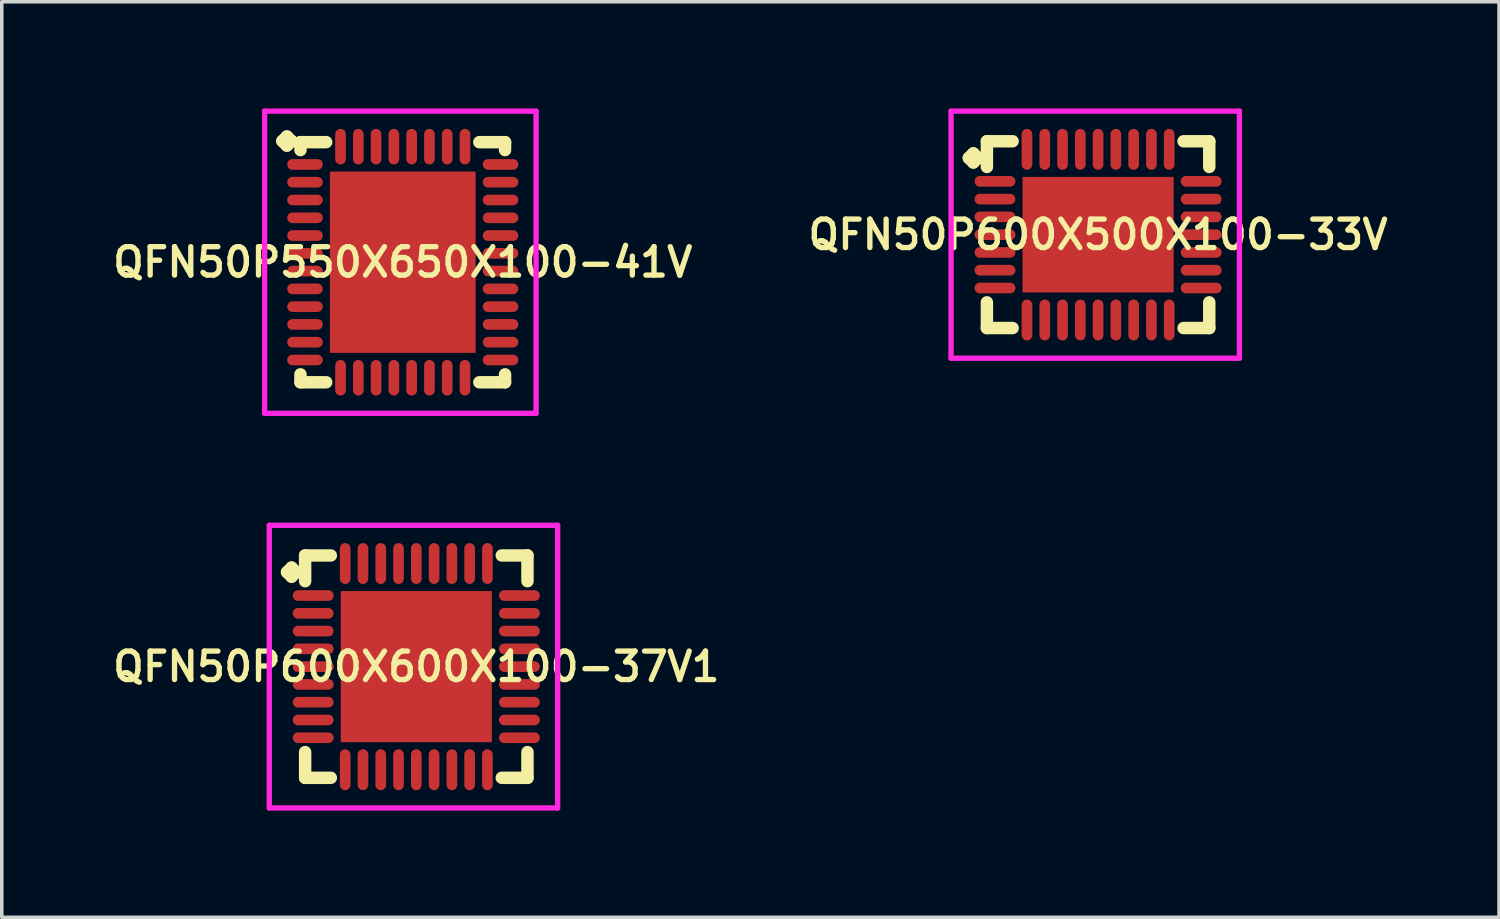
<source format=kicad_pcb>
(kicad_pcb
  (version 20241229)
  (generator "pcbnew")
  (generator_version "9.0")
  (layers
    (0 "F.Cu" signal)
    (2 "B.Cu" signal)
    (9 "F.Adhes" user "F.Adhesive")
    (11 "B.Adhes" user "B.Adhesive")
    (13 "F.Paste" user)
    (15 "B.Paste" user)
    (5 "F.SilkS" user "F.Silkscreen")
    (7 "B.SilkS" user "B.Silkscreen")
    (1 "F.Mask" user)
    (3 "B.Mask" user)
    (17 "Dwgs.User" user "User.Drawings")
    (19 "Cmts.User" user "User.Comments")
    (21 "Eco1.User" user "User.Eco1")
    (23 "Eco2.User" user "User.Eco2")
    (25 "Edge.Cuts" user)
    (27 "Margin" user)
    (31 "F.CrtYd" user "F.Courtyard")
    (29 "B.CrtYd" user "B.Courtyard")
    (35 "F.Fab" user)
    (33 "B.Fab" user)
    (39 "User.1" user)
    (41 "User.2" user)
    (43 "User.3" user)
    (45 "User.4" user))
  (footprint "QFN50P550X650X100-41V"
    (layer "F.Cu")
    (at 8.278 4.325)
    (property "Reference" "QFN50P550X650X100-41V" (at 0 0 0) (layer "F.SilkS") (effects (font (size 0.8 0.8) (thickness 0.15))))
    (attr through_hole)
    (fp_line (start -3.385 -3.408) (end -3.258 -3.535) (stroke (width 0.35) (type solid)) (layer "F.SilkS"))
    (fp_line (start -3.258 -3.535) (end -3.131 -3.408) (stroke (width 0.35) (type solid)) (layer "F.SilkS"))
    (fp_line (start -3.258 -3.281) (end -3.385 -3.408) (stroke (width 0.35) (type solid)) (layer "F.SilkS"))
    (fp_line (start -3.131 -3.408) (end -3.258 -3.281) (stroke (width 0.35) (type solid)) (layer "F.SilkS"))
    (fp_line (start -2.877 -3.377) (end -2.154 -3.377) (stroke (width 0.35) (type solid)) (layer "F.SilkS"))
    (fp_line (start -2.877 -3.154) (end -2.877 -3.377) (stroke (width 0.35) (type solid)) (layer "F.SilkS"))
    (fp_line (start -2.877 3.154) (end -2.877 3.377) (stroke (width 0.35) (type solid)) (layer "F.SilkS"))
    (fp_line (start -2.877 3.377) (end -2.154 3.377) (stroke (width 0.35) (type solid)) (layer "F.SilkS"))
    (fp_line (start 2.154 -3.377) (end 2.877 -3.377) (stroke (width 0.35) (type solid)) (layer "F.SilkS"))
    (fp_line (start 2.154 3.377) (end 2.877 3.377) (stroke (width 0.35) (type solid)) (layer "F.SilkS"))
    (fp_line (start 2.877 -3.377) (end 2.877 -3.154) (stroke (width 0.35) (type solid)) (layer "F.SilkS"))
    (fp_line (start 2.877 3.377) (end 2.877 3.154) (stroke (width 0.35) (type solid)) (layer "F.SilkS"))
    (fp_line (start -3.885 -4.25) (end 3.75 -4.25) (stroke (width 0.15) (type solid)) (layer "F.CrtYd"))
    (fp_line (start -3.885 4.25) (end -3.885 -4.25) (stroke (width 0.15) (type solid)) (layer "F.CrtYd"))
    (fp_line (start 3.75 -4.25) (end 3.75 4.25) (stroke (width 0.15) (type solid)) (layer "F.CrtYd"))
    (fp_line (start 3.75 4.25) (end -3.885 4.25) (stroke (width 0.15) (type solid)) (layer "F.CrtYd"))
    (pad "1" smd oval (at -2.75 -2.75) (size 1 0.3) (layers "F.Cu" "F.Mask" "F.Paste"))
    (pad "2" smd oval (at -2.75 -2.25) (size 1 0.3) (layers "F.Cu" "F.Mask" "F.Paste"))
    (pad "3" smd oval (at -2.75 -1.75) (size 1 0.3) (layers "F.Cu" "F.Mask" "F.Paste"))
    (pad "4" smd oval (at -2.75 -1.25) (size 1 0.3) (layers "F.Cu" "F.Mask" "F.Paste"))
    (pad "5" smd oval (at -2.75 -0.75) (size 1 0.3) (layers "F.Cu" "F.Mask" "F.Paste"))
    (pad "6" smd oval (at -2.75 -0.25) (size 1 0.3) (layers "F.Cu" "F.Mask" "F.Paste"))
    (pad "7" smd oval (at -2.75 0.25) (size 1 0.3) (layers "F.Cu" "F.Mask" "F.Paste"))
    (pad "8" smd oval (at -2.75 0.75) (size 1 0.3) (layers "F.Cu" "F.Mask" "F.Paste"))
    (pad "9" smd oval (at -2.75 1.25) (size 1 0.3) (layers "F.Cu" "F.Mask" "F.Paste"))
    (pad "10" smd oval (at -2.75 1.75) (size 1 0.3) (layers "F.Cu" "F.Mask" "F.Paste"))
    (pad "11" smd oval (at -2.75 2.25) (size 1 0.3) (layers "F.Cu" "F.Mask" "F.Paste"))
    (pad "12" smd oval (at -2.75 2.75) (size 1 0.3) (layers "F.Cu" "F.Mask" "F.Paste"))
    (pad "13" smd oval (at -1.75 3.25) (size 0.3 1) (layers "F.Cu" "F.Mask" "F.Paste"))
    (pad "14" smd oval (at -1.25 3.25) (size 0.3 1) (layers "F.Cu" "F.Mask" "F.Paste"))
    (pad "15" smd oval (at -0.75 3.25) (size 0.3 1) (layers "F.Cu" "F.Mask" "F.Paste"))
    (pad "16" smd oval (at -0.25 3.25) (size 0.3 1) (layers "F.Cu" "F.Mask" "F.Paste"))
    (pad "17" smd oval (at 0.25 3.25) (size 0.3 1) (layers "F.Cu" "F.Mask" "F.Paste"))
    (pad "18" smd oval (at 0.75 3.25) (size 0.3 1) (layers "F.Cu" "F.Mask" "F.Paste"))
    (pad "19" smd oval (at 1.25 3.25) (size 0.3 1) (layers "F.Cu" "F.Mask" "F.Paste"))
    (pad "20" smd oval (at 1.75 3.25) (size 0.3 1) (layers "F.Cu" "F.Mask" "F.Paste"))
    (pad "21" smd oval (at 2.75 2.75) (size 1 0.3) (layers "F.Cu" "F.Mask" "F.Paste"))
    (pad "22" smd oval (at 2.75 2.25) (size 1 0.3) (layers "F.Cu" "F.Mask" "F.Paste"))
    (pad "23" smd oval (at 2.75 1.75) (size 1 0.3) (layers "F.Cu" "F.Mask" "F.Paste"))
    (pad "24" smd oval (at 2.75 1.25) (size 1 0.3) (layers "F.Cu" "F.Mask" "F.Paste"))
    (pad "25" smd oval (at 2.75 0.75) (size 1 0.3) (layers "F.Cu" "F.Mask" "F.Paste"))
    (pad "26" smd oval (at 2.75 0.25) (size 1 0.3) (layers "F.Cu" "F.Mask" "F.Paste"))
    (pad "27" smd oval (at 2.75 -0.25) (size 1 0.3) (layers "F.Cu" "F.Mask" "F.Paste"))
    (pad "28" smd oval (at 2.75 -0.75) (size 1 0.3) (layers "F.Cu" "F.Mask" "F.Paste"))
    (pad "29" smd oval (at 2.75 -1.25) (size 1 0.3) (layers "F.Cu" "F.Mask" "F.Paste"))
    (pad "30" smd oval (at 2.75 -1.75) (size 1 0.3) (layers "F.Cu" "F.Mask" "F.Paste"))
    (pad "31" smd oval (at 2.75 -2.25) (size 1 0.3) (layers "F.Cu" "F.Mask" "F.Paste"))
    (pad "32" smd oval (at 2.75 -2.75) (size 1 0.3) (layers "F.Cu" "F.Mask" "F.Paste"))
    (pad "33" smd oval (at 1.75 -3.25) (size 0.3 1) (layers "F.Cu" "F.Mask" "F.Paste"))
    (pad "34" smd oval (at 1.25 -3.25) (size 0.3 1) (layers "F.Cu" "F.Mask" "F.Paste"))
    (pad "35" smd oval (at 0.75 -3.25) (size 0.3 1) (layers "F.Cu" "F.Mask" "F.Paste"))
    (pad "36" smd oval (at 0.25 -3.25) (size 0.3 1) (layers "F.Cu" "F.Mask" "F.Paste"))
    (pad "37" smd oval (at -0.25 -3.25) (size 0.3 1) (layers "F.Cu" "F.Mask" "F.Paste"))
    (pad "38" smd oval (at -0.75 -3.25) (size 0.3 1) (layers "F.Cu" "F.Mask" "F.Paste"))
    (pad "39" smd oval (at -1.25 -3.25) (size 0.3 1) (layers "F.Cu" "F.Mask" "F.Paste"))
    (pad "40" smd oval (at -1.75 -3.25) (size 0.3 1) (layers "F.Cu" "F.Mask" "F.Paste"))
    (pad "41" smd rect (at 0 0) (size 4.1 5.1) (layers "F.Cu" "F.Mask" "F.Paste")))
  (footprint "QFN50P600X600X100-37V1"
    (layer "F.Cu")
    (at 8.659 15.7)
    (property "Reference" "QFN50P600X600X100-37V1" (at 0 0 0) (layer "F.SilkS") (effects (font (size 0.8 0.8) (thickness 0.15))))
    (attr through_hole)
    (fp_line (start -3.635 -2.658) (end -3.508 -2.785) (stroke (width 0.35) (type solid)) (layer "F.SilkS"))
    (fp_line (start -3.508 -2.785) (end -3.381 -2.658) (stroke (width 0.35) (type solid)) (layer "F.SilkS"))
    (fp_line (start -3.508 -2.531) (end -3.635 -2.658) (stroke (width 0.35) (type solid)) (layer "F.SilkS"))
    (fp_line (start -3.381 -2.658) (end -3.508 -2.531) (stroke (width 0.35) (type solid)) (layer "F.SilkS"))
    (fp_line (start -3.127 -3.127) (end -2.404 -3.127) (stroke (width 0.35) (type solid)) (layer "F.SilkS"))
    (fp_line (start -3.127 -2.404) (end -3.127 -3.127) (stroke (width 0.35) (type solid)) (layer "F.SilkS"))
    (fp_line (start -3.127 2.404) (end -3.127 3.127) (stroke (width 0.35) (type solid)) (layer "F.SilkS"))
    (fp_line (start -3.127 3.127) (end -2.404 3.127) (stroke (width 0.35) (type solid)) (layer "F.SilkS"))
    (fp_line (start 2.404 -3.127) (end 3.127 -3.127) (stroke (width 0.35) (type solid)) (layer "F.SilkS"))
    (fp_line (start 2.404 3.127) (end 3.127 3.127) (stroke (width 0.35) (type solid)) (layer "F.SilkS"))
    (fp_line (start 3.127 -3.127) (end 3.127 -2.404) (stroke (width 0.35) (type solid)) (layer "F.SilkS"))
    (fp_line (start 3.127 3.127) (end 3.127 2.404) (stroke (width 0.35) (type solid)) (layer "F.SilkS"))
    (fp_line (start -4.135 -3.975) (end 3.975 -3.975) (stroke (width 0.15) (type solid)) (layer "F.CrtYd"))
    (fp_line (start -4.135 3.975) (end -4.135 -3.975) (stroke (width 0.15) (type solid)) (layer "F.CrtYd"))
    (fp_line (start 3.975 -3.975) (end 3.975 3.975) (stroke (width 0.15) (type solid)) (layer "F.CrtYd"))
    (fp_line (start 3.975 3.975) (end -4.135 3.975) (stroke (width 0.15) (type solid)) (layer "F.CrtYd"))
    (pad "1" smd oval (at -2.9 -2) (size 1.15 0.3) (layers "F.Cu" "F.Mask" "F.Paste"))
    (pad "2" smd oval (at -2.9 -1.5) (size 1.15 0.3) (layers "F.Cu" "F.Mask" "F.Paste"))
    (pad "3" smd oval (at -2.9 -1) (size 1.15 0.3) (layers "F.Cu" "F.Mask" "F.Paste"))
    (pad "4" smd oval (at -2.9 -0.5) (size 1.15 0.3) (layers "F.Cu" "F.Mask" "F.Paste"))
    (pad "5" smd oval (at -2.9 0) (size 1.15 0.3) (layers "F.Cu" "F.Mask" "F.Paste"))
    (pad "6" smd oval (at -2.9 0.5) (size 1.15 0.3) (layers "F.Cu" "F.Mask" "F.Paste"))
    (pad "7" smd oval (at -2.9 1) (size 1.15 0.3) (layers "F.Cu" "F.Mask" "F.Paste"))
    (pad "8" smd oval (at -2.9 1.5) (size 1.15 0.3) (layers "F.Cu" "F.Mask" "F.Paste"))
    (pad "9" smd oval (at -2.9 2) (size 1.15 0.3) (layers "F.Cu" "F.Mask" "F.Paste"))
    (pad "10" smd oval (at -2 2.9) (size 0.3 1.15) (layers "F.Cu" "F.Mask" "F.Paste"))
    (pad "11" smd oval (at -1.5 2.9) (size 0.3 1.15) (layers "F.Cu" "F.Mask" "F.Paste"))
    (pad "12" smd oval (at -1 2.9) (size 0.3 1.15) (layers "F.Cu" "F.Mask" "F.Paste"))
    (pad "13" smd oval (at -0.5 2.9) (size 0.3 1.15) (layers "F.Cu" "F.Mask" "F.Paste"))
    (pad "14" smd oval (at 0 2.9) (size 0.3 1.15) (layers "F.Cu" "F.Mask" "F.Paste"))
    (pad "15" smd oval (at 0.5 2.9) (size 0.3 1.15) (layers "F.Cu" "F.Mask" "F.Paste"))
    (pad "16" smd oval (at 1 2.9) (size 0.3 1.15) (layers "F.Cu" "F.Mask" "F.Paste"))
    (pad "17" smd oval (at 1.5 2.9) (size 0.3 1.15) (layers "F.Cu" "F.Mask" "F.Paste"))
    (pad "18" smd oval (at 2 2.9) (size 0.3 1.15) (layers "F.Cu" "F.Mask" "F.Paste"))
    (pad "19" smd oval (at 2.9 2) (size 1.15 0.3) (layers "F.Cu" "F.Mask" "F.Paste"))
    (pad "20" smd oval (at 2.9 1.5) (size 1.15 0.3) (layers "F.Cu" "F.Mask" "F.Paste"))
    (pad "21" smd oval (at 2.9 1) (size 1.15 0.3) (layers "F.Cu" "F.Mask" "F.Paste"))
    (pad "22" smd oval (at 2.9 0.5) (size 1.15 0.3) (layers "F.Cu" "F.Mask" "F.Paste"))
    (pad "23" smd oval (at 2.9 0) (size 1.15 0.3) (layers "F.Cu" "F.Mask" "F.Paste"))
    (pad "24" smd oval (at 2.9 -0.5) (size 1.15 0.3) (layers "F.Cu" "F.Mask" "F.Paste"))
    (pad "25" smd oval (at 2.9 -1) (size 1.15 0.3) (layers "F.Cu" "F.Mask" "F.Paste"))
    (pad "26" smd oval (at 2.9 -1.5) (size 1.15 0.3) (layers "F.Cu" "F.Mask" "F.Paste"))
    (pad "27" smd oval (at 2.9 -2) (size 1.15 0.3) (layers "F.Cu" "F.Mask" "F.Paste"))
    (pad "28" smd oval (at 2 -2.9) (size 0.3 1.15) (layers "F.Cu" "F.Mask" "F.Paste"))
    (pad "29" smd oval (at 1.5 -2.9) (size 0.3 1.15) (layers "F.Cu" "F.Mask" "F.Paste"))
    (pad "30" smd oval (at 1 -2.9) (size 0.3 1.15) (layers "F.Cu" "F.Mask" "F.Paste"))
    (pad "31" smd oval (at 0.5 -2.9) (size 0.3 1.15) (layers "F.Cu" "F.Mask" "F.Paste"))
    (pad "32" smd oval (at 0 -2.9) (size 0.3 1.15) (layers "F.Cu" "F.Mask" "F.Paste"))
    (pad "33" smd oval (at -0.5 -2.9) (size 0.3 1.15) (layers "F.Cu" "F.Mask" "F.Paste"))
    (pad "34" smd oval (at -1 -2.9) (size 0.3 1.15) (layers "F.Cu" "F.Mask" "F.Paste"))
    (pad "35" smd oval (at -1.5 -2.9) (size 0.3 1.15) (layers "F.Cu" "F.Mask" "F.Paste"))
    (pad "36" smd oval (at -2 -2.9) (size 0.3 1.15) (layers "F.Cu" "F.Mask" "F.Paste"))
    (pad "37" smd rect (at 0 0) (size 4.25 4.25) (layers "F.Cu" "F.Mask" "F.Paste")))
  (footprint "QFN50P600X500X100-33V"
    (layer "F.Cu")
    (at 27.835 3.55)
    (property "Reference" "QFN50P600X500X100-33V" (at 0 0 0) (layer "F.SilkS") (effects (font (size 0.8 0.8) (thickness 0.15))))
    (attr through_hole)
    (fp_line (start -3.635 -2.158) (end -3.508 -2.285) (stroke (width 0.35) (type solid)) (layer "F.SilkS"))
    (fp_line (start -3.508 -2.285) (end -3.381 -2.158) (stroke (width 0.35) (type solid)) (layer "F.SilkS"))
    (fp_line (start -3.508 -2.031) (end -3.635 -2.158) (stroke (width 0.35) (type solid)) (layer "F.SilkS"))
    (fp_line (start -3.381 -2.158) (end -3.508 -2.031) (stroke (width 0.35) (type solid)) (layer "F.SilkS"))
    (fp_line (start -3.127 -2.627) (end -2.404 -2.627) (stroke (width 0.35) (type solid)) (layer "F.SilkS"))
    (fp_line (start -3.127 -1.904) (end -3.127 -2.627) (stroke (width 0.35) (type solid)) (layer "F.SilkS"))
    (fp_line (start -3.127 1.904) (end -3.127 2.627) (stroke (width 0.35) (type solid)) (layer "F.SilkS"))
    (fp_line (start -3.127 2.627) (end -2.404 2.627) (stroke (width 0.35) (type solid)) (layer "F.SilkS"))
    (fp_line (start 2.404 -2.627) (end 3.127 -2.627) (stroke (width 0.35) (type solid)) (layer "F.SilkS"))
    (fp_line (start 2.404 2.627) (end 3.127 2.627) (stroke (width 0.35) (type solid)) (layer "F.SilkS"))
    (fp_line (start 3.127 -2.627) (end 3.127 -1.904) (stroke (width 0.35) (type solid)) (layer "F.SilkS"))
    (fp_line (start 3.127 2.627) (end 3.127 1.904) (stroke (width 0.35) (type solid)) (layer "F.SilkS"))
    (fp_line (start -4.135 -3.475) (end 3.975 -3.475) (stroke (width 0.15) (type solid)) (layer "F.CrtYd"))
    (fp_line (start -4.135 3.475) (end -4.135 -3.475) (stroke (width 0.15) (type solid)) (layer "F.CrtYd"))
    (fp_line (start 3.975 -3.475) (end 3.975 3.475) (stroke (width 0.15) (type solid)) (layer "F.CrtYd"))
    (fp_line (start 3.975 3.475) (end -4.135 3.475) (stroke (width 0.15) (type solid)) (layer "F.CrtYd"))
    (pad "1" smd oval (at -2.9 -1.5) (size 1.15 0.3) (layers "F.Cu" "F.Mask" "F.Paste"))
    (pad "2" smd oval (at -2.9 -1) (size 1.15 0.3) (layers "F.Cu" "F.Mask" "F.Paste"))
    (pad "3" smd oval (at -2.9 -0.5) (size 1.15 0.3) (layers "F.Cu" "F.Mask" "F.Paste"))
    (pad "4" smd oval (at -2.9 0) (size 1.15 0.3) (layers "F.Cu" "F.Mask" "F.Paste"))
    (pad "5" smd oval (at -2.9 0.5) (size 1.15 0.3) (layers "F.Cu" "F.Mask" "F.Paste"))
    (pad "6" smd oval (at -2.9 1) (size 1.15 0.3) (layers "F.Cu" "F.Mask" "F.Paste"))
    (pad "7" smd oval (at -2.9 1.5) (size 1.15 0.3) (layers "F.Cu" "F.Mask" "F.Paste"))
    (pad "8" smd oval (at -2 2.4) (size 0.3 1.15) (layers "F.Cu" "F.Mask" "F.Paste"))
    (pad "9" smd oval (at -1.5 2.4) (size 0.3 1.15) (layers "F.Cu" "F.Mask" "F.Paste"))
    (pad "10" smd oval (at -1 2.4) (size 0.3 1.15) (layers "F.Cu" "F.Mask" "F.Paste"))
    (pad "11" smd oval (at -0.5 2.4) (size 0.3 1.15) (layers "F.Cu" "F.Mask" "F.Paste"))
    (pad "12" smd oval (at 0 2.4) (size 0.3 1.15) (layers "F.Cu" "F.Mask" "F.Paste"))
    (pad "13" smd oval (at 0.5 2.4) (size 0.3 1.15) (layers "F.Cu" "F.Mask" "F.Paste"))
    (pad "14" smd oval (at 1 2.4) (size 0.3 1.15) (layers "F.Cu" "F.Mask" "F.Paste"))
    (pad "15" smd oval (at 1.5 2.4) (size 0.3 1.15) (layers "F.Cu" "F.Mask" "F.Paste"))
    (pad "16" smd oval (at 2 2.4) (size 0.3 1.15) (layers "F.Cu" "F.Mask" "F.Paste"))
    (pad "17" smd oval (at 2.9 1.5) (size 1.15 0.3) (layers "F.Cu" "F.Mask" "F.Paste"))
    (pad "18" smd oval (at 2.9 1) (size 1.15 0.3) (layers "F.Cu" "F.Mask" "F.Paste"))
    (pad "19" smd oval (at 2.9 0.5) (size 1.15 0.3) (layers "F.Cu" "F.Mask" "F.Paste"))
    (pad "20" smd oval (at 2.9 0) (size 1.15 0.3) (layers "F.Cu" "F.Mask" "F.Paste"))
    (pad "21" smd oval (at 2.9 -0.5) (size 1.15 0.3) (layers "F.Cu" "F.Mask" "F.Paste"))
    (pad "22" smd oval (at 2.9 -1) (size 1.15 0.3) (layers "F.Cu" "F.Mask" "F.Paste"))
    (pad "23" smd oval (at 2.9 -1.5) (size 1.15 0.3) (layers "F.Cu" "F.Mask" "F.Paste"))
    (pad "24" smd oval (at 2 -2.4) (size 0.3 1.15) (layers "F.Cu" "F.Mask" "F.Paste"))
    (pad "25" smd oval (at 1.5 -2.4) (size 0.3 1.15) (layers "F.Cu" "F.Mask" "F.Paste"))
    (pad "26" smd oval (at 1 -2.4) (size 0.3 1.15) (layers "F.Cu" "F.Mask" "F.Paste"))
    (pad "27" smd oval (at 0.5 -2.4) (size 0.3 1.15) (layers "F.Cu" "F.Mask" "F.Paste"))
    (pad "28" smd oval (at 0 -2.4) (size 0.3 1.15) (layers "F.Cu" "F.Mask" "F.Paste"))
    (pad "29" smd oval (at -0.5 -2.4) (size 0.3 1.15) (layers "F.Cu" "F.Mask" "F.Paste"))
    (pad "30" smd oval (at -1 -2.4) (size 0.3 1.15) (layers "F.Cu" "F.Mask" "F.Paste"))
    (pad "31" smd oval (at -1.5 -2.4) (size 0.3 1.15) (layers "F.Cu" "F.Mask" "F.Paste"))
    (pad "32" smd oval (at -2 -2.4) (size 0.3 1.15) (layers "F.Cu" "F.Mask" "F.Paste"))
    (pad "33" smd rect (at 0 0) (size 4.25 3.25) (layers "F.Cu" "F.Mask" "F.Paste")))
  (gr_rect
    (start -3 -3)
    (end 39.113 22.75)
    (stroke (width 0.1) (type default))
    (fill no)
    (layer "Edge.Cuts")))
</source>
